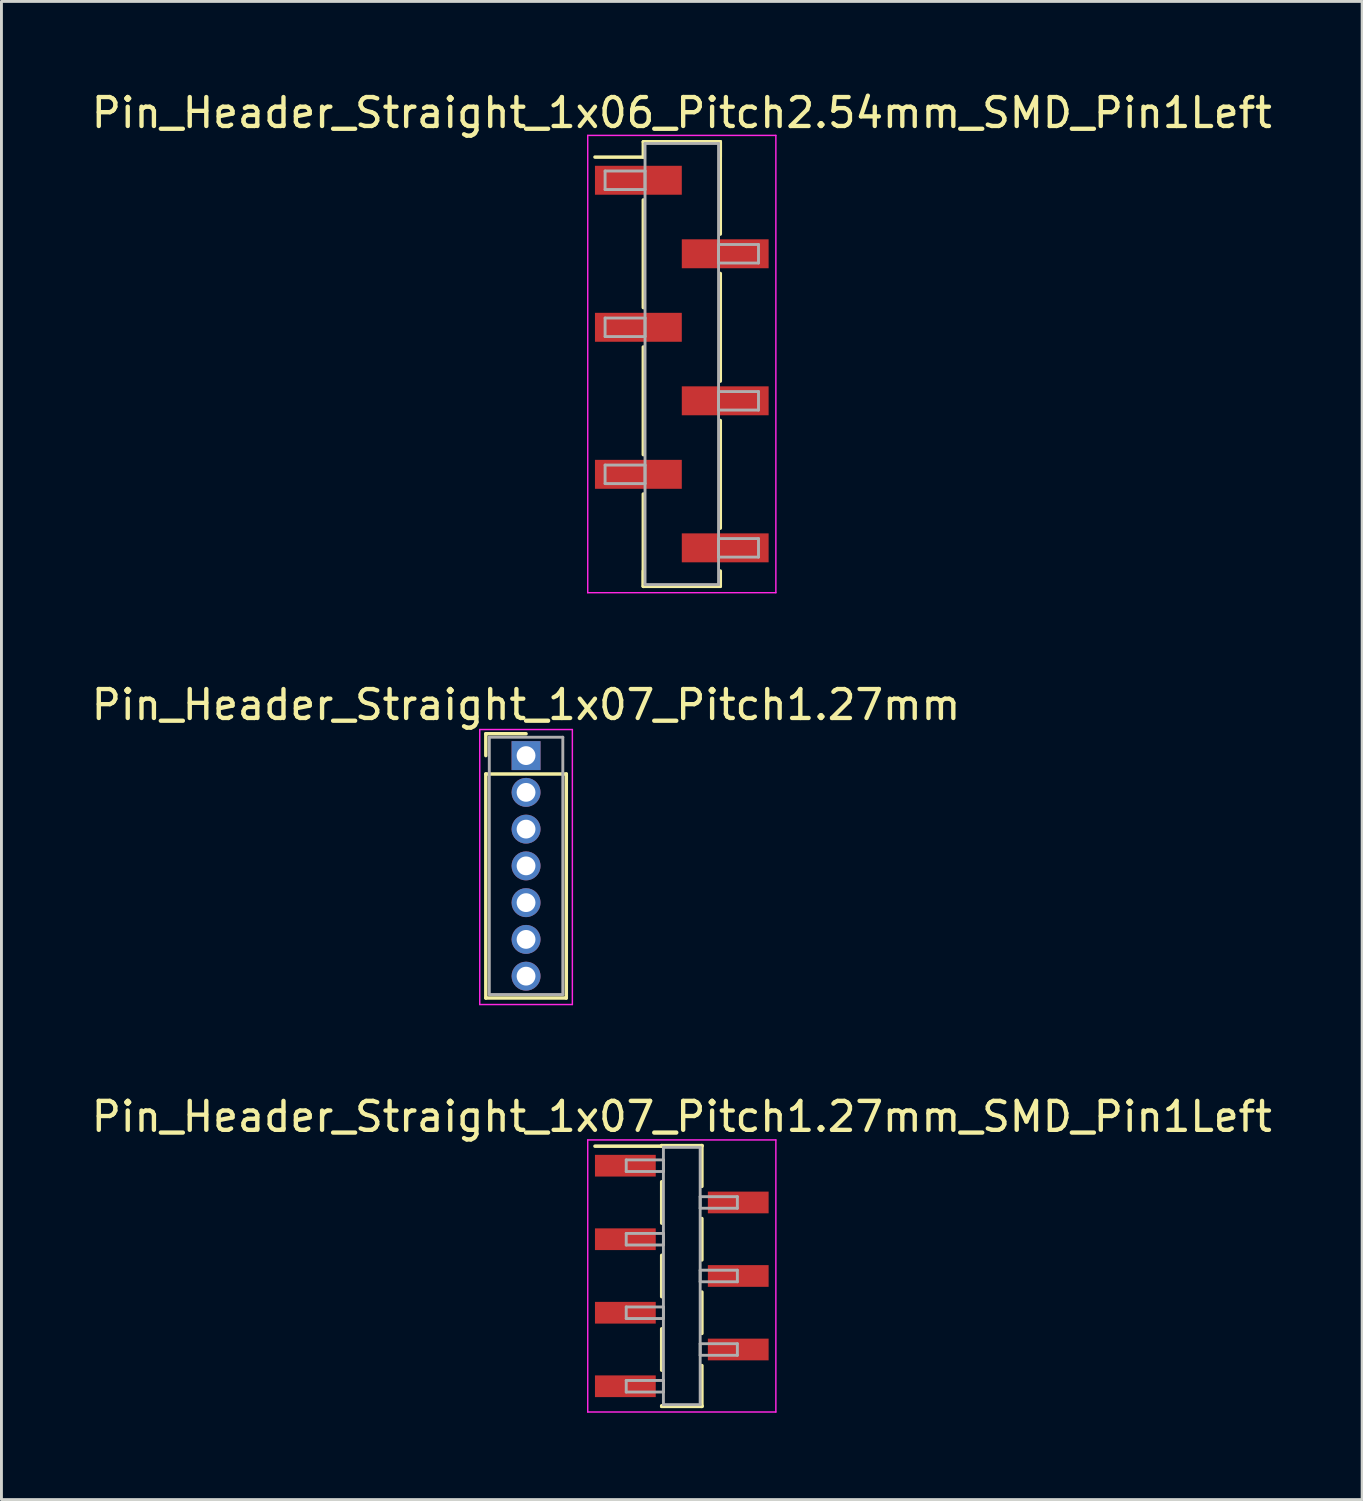
<source format=kicad_pcb>
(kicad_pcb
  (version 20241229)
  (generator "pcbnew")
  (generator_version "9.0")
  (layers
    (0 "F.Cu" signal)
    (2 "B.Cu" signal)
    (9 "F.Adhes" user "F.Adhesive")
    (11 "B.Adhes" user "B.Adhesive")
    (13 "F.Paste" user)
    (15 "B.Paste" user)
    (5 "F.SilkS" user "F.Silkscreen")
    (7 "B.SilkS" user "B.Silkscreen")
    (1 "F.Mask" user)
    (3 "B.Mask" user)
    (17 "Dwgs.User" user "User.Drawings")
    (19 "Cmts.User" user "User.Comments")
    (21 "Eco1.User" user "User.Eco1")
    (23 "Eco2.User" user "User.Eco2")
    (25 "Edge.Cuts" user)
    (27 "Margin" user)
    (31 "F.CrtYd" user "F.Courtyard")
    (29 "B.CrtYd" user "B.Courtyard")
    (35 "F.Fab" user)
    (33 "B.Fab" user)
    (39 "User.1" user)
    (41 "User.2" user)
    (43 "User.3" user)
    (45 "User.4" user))
  (footprint "Pin_Header_Straight_1x07_Pitch1.27mm_SMD_Pin1Left"
    (layer "F.Cu")
    (at 20.506 41.035)
    (property "Reference" "Pin_Header_Straight_1x07_Pitch1.27mm_SMD_Pin1Left" (at 0 -5.505 0) (layer "F.SilkS") (effects (font (size 1 1) (thickness 0.15))))
    (attr smd)
    (fp_line (start -0.695 -4.505) (end 0.695 -4.505) (stroke (width 0.12) (type solid)) (layer "F.SilkS"))
    (fp_line (start -0.695 -4.485) (end -3 -4.485) (stroke (width 0.12) (type solid)) (layer "F.SilkS"))
    (fp_line (start -0.695 -4.485) (end -0.695 -4.505) (stroke (width 0.12) (type solid)) (layer "F.SilkS"))
    (fp_line (start -0.695 -3.255) (end -0.695 -1.825) (stroke (width 0.12) (type solid)) (layer "F.SilkS"))
    (fp_line (start -0.695 -0.715) (end -0.695 0.715) (stroke (width 0.12) (type solid)) (layer "F.SilkS"))
    (fp_line (start -0.695 1.825) (end -0.695 3.255) (stroke (width 0.12) (type solid)) (layer "F.SilkS"))
    (fp_line (start -0.695 4.485) (end -0.695 4.505) (stroke (width 0.12) (type solid)) (layer "F.SilkS"))
    (fp_line (start -0.695 4.505) (end 0.695 4.505) (stroke (width 0.12) (type solid)) (layer "F.SilkS"))
    (fp_line (start 0.695 -4.505) (end 0.695 -4.485) (stroke (width 0.12) (type solid)) (layer "F.SilkS"))
    (fp_line (start 0.695 -4.505) (end 0.695 -3.095) (stroke (width 0.12) (type solid)) (layer "F.SilkS"))
    (fp_line (start 0.695 -1.985) (end 0.695 -0.555) (stroke (width 0.12) (type solid)) (layer "F.SilkS"))
    (fp_line (start 0.695 0.555) (end 0.695 1.985) (stroke (width 0.12) (type solid)) (layer "F.SilkS"))
    (fp_line (start 0.695 3.095) (end 0.695 4.505) (stroke (width 0.12) (type solid)) (layer "F.SilkS"))
    (fp_line (start 0.695 4.505) (end 0.695 4.485) (stroke (width 0.12) (type solid)) (layer "F.SilkS"))
    (fp_line (start -3.25 -4.7) (end -3.25 4.7) (stroke (width 0.05) (type solid)) (layer "F.CrtYd"))
    (fp_line (start -3.25 4.7) (end 3.25 4.7) (stroke (width 0.05) (type solid)) (layer "F.CrtYd"))
    (fp_line (start 3.25 -4.7) (end -3.25 -4.7) (stroke (width 0.05) (type solid)) (layer "F.CrtYd"))
    (fp_line (start 3.25 4.7) (end 3.25 -4.7) (stroke (width 0.05) (type solid)) (layer "F.CrtYd"))
    (fp_line (start -1.92 -4.01) (end -0.635 -4.01) (stroke (width 0.1) (type solid)) (layer "F.Fab"))
    (fp_line (start -1.92 -3.61) (end -1.92 -4.01) (stroke (width 0.1) (type solid)) (layer "F.Fab"))
    (fp_line (start -1.92 -1.47) (end -0.635 -1.47) (stroke (width 0.1) (type solid)) (layer "F.Fab"))
    (fp_line (start -1.92 -1.07) (end -1.92 -1.47) (stroke (width 0.1) (type solid)) (layer "F.Fab"))
    (fp_line (start -1.92 1.07) (end -0.635 1.07) (stroke (width 0.1) (type solid)) (layer "F.Fab"))
    (fp_line (start -1.92 1.47) (end -1.92 1.07) (stroke (width 0.1) (type solid)) (layer "F.Fab"))
    (fp_line (start -1.92 3.61) (end -0.635 3.61) (stroke (width 0.1) (type solid)) (layer "F.Fab"))
    (fp_line (start -1.92 4.01) (end -1.92 3.61) (stroke (width 0.1) (type solid)) (layer "F.Fab"))
    (fp_line (start -0.635 -4.445) (end -0.635 4.445) (stroke (width 0.1) (type solid)) (layer "F.Fab"))
    (fp_line (start -0.635 -4.01) (end -0.635 -3.61) (stroke (width 0.1) (type solid)) (layer "F.Fab"))
    (fp_line (start -0.635 -3.61) (end -1.92 -3.61) (stroke (width 0.1) (type solid)) (layer "F.Fab"))
    (fp_line (start -0.635 -1.47) (end -0.635 -1.07) (stroke (width 0.1) (type solid)) (layer "F.Fab"))
    (fp_line (start -0.635 -1.07) (end -1.92 -1.07) (stroke (width 0.1) (type solid)) (layer "F.Fab"))
    (fp_line (start -0.635 1.07) (end -0.635 1.47) (stroke (width 0.1) (type solid)) (layer "F.Fab"))
    (fp_line (start -0.635 1.47) (end -1.92 1.47) (stroke (width 0.1) (type solid)) (layer "F.Fab"))
    (fp_line (start -0.635 3.61) (end -0.635 4.01) (stroke (width 0.1) (type solid)) (layer "F.Fab"))
    (fp_line (start -0.635 4.01) (end -1.92 4.01) (stroke (width 0.1) (type solid)) (layer "F.Fab"))
    (fp_line (start -0.635 4.445) (end 0.635 4.445) (stroke (width 0.1) (type solid)) (layer "F.Fab"))
    (fp_line (start 0.635 -4.445) (end -0.635 -4.445) (stroke (width 0.1) (type solid)) (layer "F.Fab"))
    (fp_line (start 0.635 -2.74) (end 0.635 -2.34) (stroke (width 0.1) (type solid)) (layer "F.Fab"))
    (fp_line (start 0.635 -2.34) (end 1.92 -2.34) (stroke (width 0.1) (type solid)) (layer "F.Fab"))
    (fp_line (start 0.635 -0.2) (end 0.635 0.2) (stroke (width 0.1) (type solid)) (layer "F.Fab"))
    (fp_line (start 0.635 0.2) (end 1.92 0.2) (stroke (width 0.1) (type solid)) (layer "F.Fab"))
    (fp_line (start 0.635 2.34) (end 0.635 2.74) (stroke (width 0.1) (type solid)) (layer "F.Fab"))
    (fp_line (start 0.635 2.74) (end 1.92 2.74) (stroke (width 0.1) (type solid)) (layer "F.Fab"))
    (fp_line (start 0.635 4.445) (end 0.635 -4.445) (stroke (width 0.1) (type solid)) (layer "F.Fab"))
    (fp_line (start 1.92 -2.74) (end 0.635 -2.74) (stroke (width 0.1) (type solid)) (layer "F.Fab"))
    (fp_line (start 1.92 -2.34) (end 1.92 -2.74) (stroke (width 0.1) (type solid)) (layer "F.Fab"))
    (fp_line (start 1.92 -0.2) (end 0.635 -0.2) (stroke (width 0.1) (type solid)) (layer "F.Fab"))
    (fp_line (start 1.92 0.2) (end 1.92 -0.2) (stroke (width 0.1) (type solid)) (layer "F.Fab"))
    (fp_line (start 1.92 2.34) (end 0.635 2.34) (stroke (width 0.1) (type solid)) (layer "F.Fab"))
    (fp_line (start 1.92 2.74) (end 1.92 2.34) (stroke (width 0.1) (type solid)) (layer "F.Fab"))
    (pad "1" smd rect (at -1.95 -3.81) (size 2.1 0.75) (layers "F.Cu" "F.Mask"))
    (pad "2" smd rect (at 1.95 -2.54) (size 2.1 0.75) (layers "F.Cu" "F.Mask"))
    (pad "3" smd rect (at -1.95 -1.27) (size 2.1 0.75) (layers "F.Cu" "F.Mask"))
    (pad "4" smd rect (at 1.95 0) (size 2.1 0.75) (layers "F.Cu" "F.Mask"))
    (pad "5" smd rect (at -1.95 1.27) (size 2.1 0.75) (layers "F.Cu" "F.Mask"))
    (pad "6" smd rect (at 1.95 2.54) (size 2.1 0.75) (layers "F.Cu" "F.Mask"))
    (pad "7" smd rect (at -1.95 3.81) (size 2.1 0.75) (layers "F.Cu" "F.Mask")))
  (footprint "Pin_Header_Straight_1x06_Pitch2.54mm_SMD_Pin1Left"
    (layer "F.Cu")
    (at 20.506 9.528)
    (property "Reference" "Pin_Header_Straight_1x06_Pitch2.54mm_SMD_Pin1Left" (at 0 -8.68 0) (layer "F.SilkS") (effects (font (size 1 1) (thickness 0.15))))
    (attr smd)
    (fp_line (start -1.33 -7.68) (end 1.33 -7.68) (stroke (width 0.12) (type solid)) (layer "F.SilkS"))
    (fp_line (start -1.33 -7.15) (end -3 -7.15) (stroke (width 0.12) (type solid)) (layer "F.SilkS"))
    (fp_line (start -1.33 -7.15) (end -1.33 -7.68) (stroke (width 0.12) (type solid)) (layer "F.SilkS"))
    (fp_line (start -1.33 -5.67) (end -1.33 -1.95) (stroke (width 0.12) (type solid)) (layer "F.SilkS"))
    (fp_line (start -1.33 -0.59) (end -1.33 3.13) (stroke (width 0.12) (type solid)) (layer "F.SilkS"))
    (fp_line (start -1.33 4.49) (end -1.33 7.68) (stroke (width 0.12) (type solid)) (layer "F.SilkS"))
    (fp_line (start -1.33 7.15) (end -1.33 7.68) (stroke (width 0.12) (type solid)) (layer "F.SilkS"))
    (fp_line (start -1.33 7.68) (end 1.33 7.68) (stroke (width 0.12) (type solid)) (layer "F.SilkS"))
    (fp_line (start 1.33 -7.68) (end 1.33 -7.15) (stroke (width 0.12) (type solid)) (layer "F.SilkS"))
    (fp_line (start 1.33 -7.68) (end 1.33 -4.49) (stroke (width 0.12) (type solid)) (layer "F.SilkS"))
    (fp_line (start 1.33 -3.13) (end 1.33 0.59) (stroke (width 0.12) (type solid)) (layer "F.SilkS"))
    (fp_line (start 1.33 1.95) (end 1.33 5.67) (stroke (width 0.12) (type solid)) (layer "F.SilkS"))
    (fp_line (start 1.33 7.68) (end 1.33 7.15) (stroke (width 0.12) (type solid)) (layer "F.SilkS"))
    (fp_line (start -3.25 -7.9) (end -3.25 7.9) (stroke (width 0.05) (type solid)) (layer "F.CrtYd"))
    (fp_line (start -3.25 7.9) (end 3.25 7.9) (stroke (width 0.05) (type solid)) (layer "F.CrtYd"))
    (fp_line (start 3.25 -7.9) (end -3.25 -7.9) (stroke (width 0.05) (type solid)) (layer "F.CrtYd"))
    (fp_line (start 3.25 7.9) (end 3.25 -7.9) (stroke (width 0.05) (type solid)) (layer "F.CrtYd"))
    (fp_line (start -2.65 -6.67) (end -1.27 -6.67) (stroke (width 0.1) (type solid)) (layer "F.Fab"))
    (fp_line (start -2.65 -6.03) (end -2.65 -6.67) (stroke (width 0.1) (type solid)) (layer "F.Fab"))
    (fp_line (start -2.65 -1.59) (end -1.27 -1.59) (stroke (width 0.1) (type solid)) (layer "F.Fab"))
    (fp_line (start -2.65 -0.95) (end -2.65 -1.59) (stroke (width 0.1) (type solid)) (layer "F.Fab"))
    (fp_line (start -2.65 3.49) (end -1.27 3.49) (stroke (width 0.1) (type solid)) (layer "F.Fab"))
    (fp_line (start -2.65 4.13) (end -2.65 3.49) (stroke (width 0.1) (type solid)) (layer "F.Fab"))
    (fp_line (start -1.27 -7.62) (end -1.27 7.62) (stroke (width 0.1) (type solid)) (layer "F.Fab"))
    (fp_line (start -1.27 -6.67) (end -1.27 -6.03) (stroke (width 0.1) (type solid)) (layer "F.Fab"))
    (fp_line (start -1.27 -6.03) (end -2.65 -6.03) (stroke (width 0.1) (type solid)) (layer "F.Fab"))
    (fp_line (start -1.27 -1.59) (end -1.27 -0.95) (stroke (width 0.1) (type solid)) (layer "F.Fab"))
    (fp_line (start -1.27 -0.95) (end -2.65 -0.95) (stroke (width 0.1) (type solid)) (layer "F.Fab"))
    (fp_line (start -1.27 3.49) (end -1.27 4.13) (stroke (width 0.1) (type solid)) (layer "F.Fab"))
    (fp_line (start -1.27 4.13) (end -2.65 4.13) (stroke (width 0.1) (type solid)) (layer "F.Fab"))
    (fp_line (start -1.27 7.62) (end 1.27 7.62) (stroke (width 0.1) (type solid)) (layer "F.Fab"))
    (fp_line (start 1.27 -7.62) (end -1.27 -7.62) (stroke (width 0.1) (type solid)) (layer "F.Fab"))
    (fp_line (start 1.27 -4.13) (end 1.27 -3.49) (stroke (width 0.1) (type solid)) (layer "F.Fab"))
    (fp_line (start 1.27 -3.49) (end 2.65 -3.49) (stroke (width 0.1) (type solid)) (layer "F.Fab"))
    (fp_line (start 1.27 0.95) (end 1.27 1.59) (stroke (width 0.1) (type solid)) (layer "F.Fab"))
    (fp_line (start 1.27 1.59) (end 2.65 1.59) (stroke (width 0.1) (type solid)) (layer "F.Fab"))
    (fp_line (start 1.27 6.03) (end 1.27 6.67) (stroke (width 0.1) (type solid)) (layer "F.Fab"))
    (fp_line (start 1.27 6.67) (end 2.65 6.67) (stroke (width 0.1) (type solid)) (layer "F.Fab"))
    (fp_line (start 1.27 7.62) (end 1.27 -7.62) (stroke (width 0.1) (type solid)) (layer "F.Fab"))
    (fp_line (start 2.65 -4.13) (end 1.27 -4.13) (stroke (width 0.1) (type solid)) (layer "F.Fab"))
    (fp_line (start 2.65 -3.49) (end 2.65 -4.13) (stroke (width 0.1) (type solid)) (layer "F.Fab"))
    (fp_line (start 2.65 0.95) (end 1.27 0.95) (stroke (width 0.1) (type solid)) (layer "F.Fab"))
    (fp_line (start 2.65 1.59) (end 2.65 0.95) (stroke (width 0.1) (type solid)) (layer "F.Fab"))
    (fp_line (start 2.65 6.03) (end 1.27 6.03) (stroke (width 0.1) (type solid)) (layer "F.Fab"))
    (fp_line (start 2.65 6.67) (end 2.65 6.03) (stroke (width 0.1) (type solid)) (layer "F.Fab"))
    (pad "1" smd rect (at -1.5 -6.35) (size 3 1) (layers "F.Cu" "F.Mask"))
    (pad "2" smd rect (at 1.5 -3.81) (size 3 1) (layers "F.Cu" "F.Mask"))
    (pad "3" smd rect (at -1.5 -1.27) (size 3 1) (layers "F.Cu" "F.Mask"))
    (pad "4" smd rect (at 1.5 1.27) (size 3 1) (layers "F.Cu" "F.Mask"))
    (pad "5" smd rect (at -1.5 3.81) (size 3 1) (layers "F.Cu" "F.Mask"))
    (pad "6" smd rect (at 1.5 6.35) (size 3 1) (layers "F.Cu" "F.Mask")))
  (footprint "Pin_Header_Straight_1x07_Pitch1.27mm"
    (layer "F.Cu")
    (at 15.125 23.056)
    (property "Reference" "Pin_Header_Straight_1x07_Pitch1.27mm" (at 0 -1.755 0) (layer "F.SilkS") (effects (font (size 1 1) (thickness 0.15))))
    (attr through_hole)
    (fp_line (start -1.39 -0.755) (end 0 -0.755) (stroke (width 0.12) (type solid)) (layer "F.SilkS"))
    (fp_line (start -1.39 0) (end -1.39 -0.755) (stroke (width 0.12) (type solid)) (layer "F.SilkS"))
    (fp_line (start -1.39 0.635) (end -1.39 8.375) (stroke (width 0.12) (type solid)) (layer "F.SilkS"))
    (fp_line (start -1.39 8.375) (end 1.39 8.375) (stroke (width 0.12) (type solid)) (layer "F.SilkS"))
    (fp_line (start 1.39 0.635) (end -1.39 0.635) (stroke (width 0.12) (type solid)) (layer "F.SilkS"))
    (fp_line (start 1.39 8.375) (end 1.39 0.635) (stroke (width 0.12) (type solid)) (layer "F.SilkS"))
    (fp_line (start -1.6 -0.9) (end -1.6 8.6) (stroke (width 0.05) (type solid)) (layer "F.CrtYd"))
    (fp_line (start -1.6 8.6) (end 1.6 8.6) (stroke (width 0.05) (type solid)) (layer "F.CrtYd"))
    (fp_line (start 1.6 -0.9) (end -1.6 -0.9) (stroke (width 0.05) (type solid)) (layer "F.CrtYd"))
    (fp_line (start 1.6 8.6) (end 1.6 -0.9) (stroke (width 0.05) (type solid)) (layer "F.CrtYd"))
    (fp_line (start -1.27 -0.635) (end -1.27 8.255) (stroke (width 0.1) (type solid)) (layer "F.Fab"))
    (fp_line (start -1.27 8.255) (end 1.27 8.255) (stroke (width 0.1) (type solid)) (layer "F.Fab"))
    (fp_line (start 1.27 -0.635) (end -1.27 -0.635) (stroke (width 0.1) (type solid)) (layer "F.Fab"))
    (fp_line (start 1.27 8.255) (end 1.27 -0.635) (stroke (width 0.1) (type solid)) (layer "F.Fab"))
    (pad "1" thru_hole rect (at 0 0) (size 1 1) (drill 0.65) (layers "*.Cu" "*.Mask"))
    (pad "2" thru_hole oval (at 0 1.27) (size 1 1) (drill 0.65) (layers "*.Cu" "*.Mask"))
    (pad "3" thru_hole oval (at 0 2.54) (size 1 1) (drill 0.65) (layers "*.Cu" "*.Mask"))
    (pad "4" thru_hole oval (at 0 3.81) (size 1 1) (drill 0.65) (layers "*.Cu" "*.Mask"))
    (pad "5" thru_hole oval (at 0 5.08) (size 1 1) (drill 0.65) (layers "*.Cu" "*.Mask"))
    (pad "6" thru_hole oval (at 0 6.35) (size 1 1) (drill 0.65) (layers "*.Cu" "*.Mask"))
    (pad "7" thru_hole oval (at 0 7.62) (size 1 1) (drill 0.65) (layers "*.Cu" "*.Mask")))
  (gr_rect
    (start -3 -3)
    (end 44.012 48.76)
    (stroke (width 0.1) (type default))
    (fill no)
    (layer "Edge.Cuts")))
</source>
